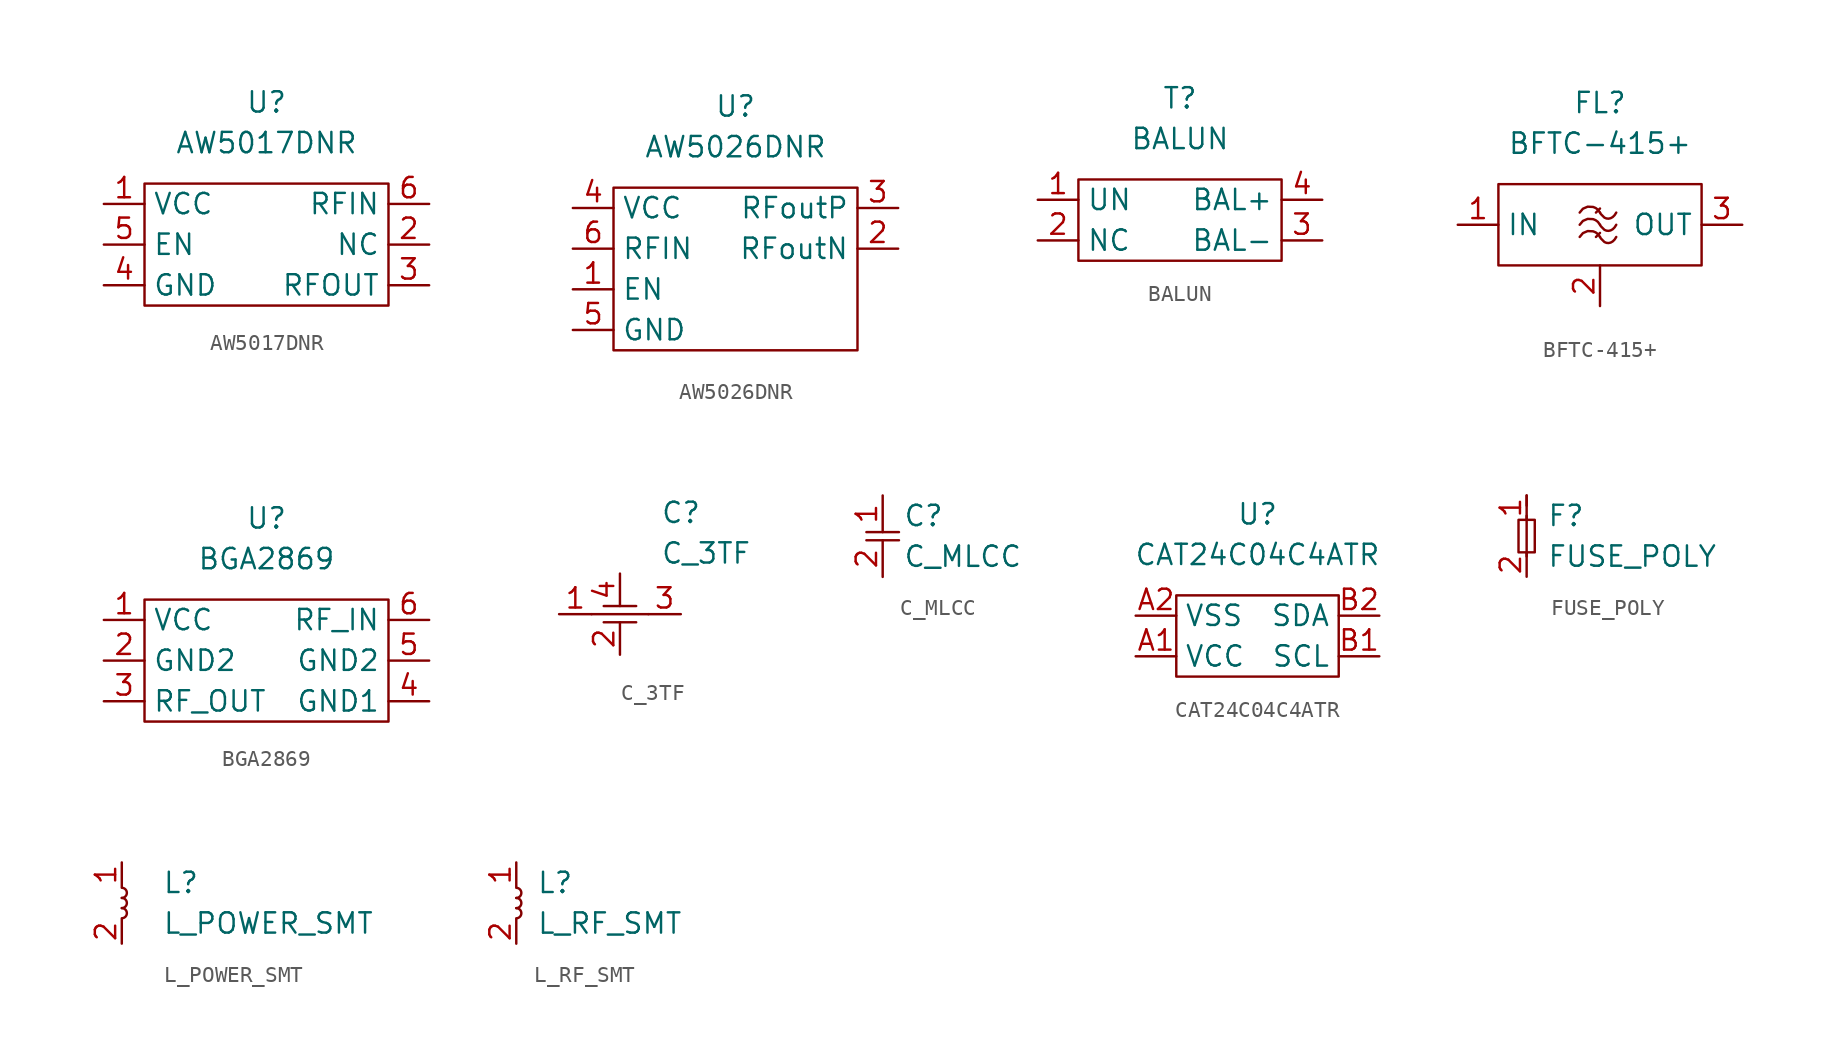
<source format=kicad_sym>
(kicad_symbol_lib
  (version 20241209)
  (generator "kicad_symbol_editor")
  (generator_version "9.0")
  (symbol "AW5017DNR"
    (property "Reference" "U"
      (at 0 5.08 0)
      (effects (font (size 1.27 1.27))))
    (property "Value" "AW5017DNR"
      (at 0 2.54 0)
      (effects (font (size 1.27 1.27))))
    (symbol "AW5017DNR_0_0"
      (pin passive line (at -10.16 -1.27 0) (length 2.54) (name "VCC" (effects (font (size 1.27 1.27)))) (number "1" (effects (font (size 1.27 1.27)))))
      (pin passive line (at -10.16 -3.81 0) (length 2.54) (name "EN" (effects (font (size 1.27 1.27)))) (number "5" (effects (font (size 1.27 1.27)))))
      (pin passive line (at -10.16 -6.35 0) (length 2.54) (name "GND" (effects (font (size 1.27 1.27)))) (number "4" (effects (font (size 1.27 1.27)))))
      (pin passive line (at 10.16 -1.27 180) (length 2.54) (name "RFIN" (effects (font (size 1.27 1.27)))) (number "6" (effects (font (size 1.27 1.27)))))
      (pin passive line (at 10.16 -3.81 180) (length 2.54) (name "NC" (effects (font (size 1.27 1.27)))) (number "2" (effects (font (size 1.27 1.27)))))
      (pin passive line (at 10.16 -6.35 180) (length 2.54) (name "RFOUT" (effects (font (size 1.27 1.27)))) (number "3" (effects (font (size 1.27 1.27))))))
    (symbol "AW5017DNR_0_1"
      (rectangle (start -7.62 0) (end 7.62 -7.62) (stroke (width 0) (type default)) (fill (type none)))))
  (symbol "AW5026DNR"
    (property "Reference" "U"
      (at 0 5.08 0)
      (effects (font (size 1.27 1.27))))
    (property "Value" "AW5026DNR"
      (at 0 2.54 0)
      (effects (font (size 1.27 1.27))))
    (symbol "AW5026DNR_0_0"
      (pin passive line (at -10.16 -1.27 0) (length 2.54) (name "VCC" (effects (font (size 1.27 1.27)))) (number "4" (effects (font (size 1.27 1.27)))))
      (pin passive line (at -10.16 -3.81 0) (length 2.54) (name "RFIN" (effects (font (size 1.27 1.27)))) (number "6" (effects (font (size 1.27 1.27)))))
      (pin passive line (at -10.16 -6.35 0) (length 2.54) (name "EN" (effects (font (size 1.27 1.27)))) (number "1" (effects (font (size 1.27 1.27)))))
      (pin passive line (at -10.16 -8.89 0) (length 2.54) (name "GND" (effects (font (size 1.27 1.27)))) (number "5" (effects (font (size 1.27 1.27)))))
      (pin passive line (at 10.16 -1.27 180) (length 2.54) (name "RFoutP" (effects (font (size 1.27 1.27)))) (number "3" (effects (font (size 1.27 1.27)))))
      (pin passive line (at 10.16 -3.81 180) (length 2.54) (name "RFoutN" (effects (font (size 1.27 1.27)))) (number "2" (effects (font (size 1.27 1.27))))))
    (symbol "AW5026DNR_0_1"
      (rectangle (start -7.62 0) (end 7.62 -10.16) (stroke (width 0) (type default)) (fill (type none)))))
  (symbol "BALUN"
    (property "Reference" "T"
      (at 0 5.08 0)
      (effects (font (size 1.27 1.27))))
    (property "Value" "BALUN"
      (at 0 2.54 0)
      (effects (font (size 1.27 1.27))))
    (symbol "BALUN_0_0"
      (pin passive line (at -8.89 -1.27 0) (length 2.54) (name "UN" (effects (font (size 1.27 1.27)))) (number "1" (effects (font (size 1.27 1.27)))))
      (pin passive line (at -8.89 -3.81 0) (length 2.54) (name "NC" (effects (font (size 1.27 1.27)))) (number "2" (effects (font (size 1.27 1.27))))))
    (symbol "BALUN_0_1"
      (rectangle (start -6.35 0) (end 6.35 -5.08) (stroke (width 0) (type default)) (fill (type none))))
    (symbol "BALUN_1_0"
      (pin passive line (at 8.89 -1.27 180) (length 2.54) (name "BAL+" (effects (font (size 1.27 1.27)))) (number "4" (effects (font (size 1.27 1.27)))))
      (pin passive line (at 8.89 -3.81 180) (length 2.54) (name "BAL-" (effects (font (size 1.27 1.27)))) (number "3" (effects (font (size 1.27 1.27)))))))
  (symbol "BFTC-415+"
    (property "Reference" "FL"
      (at 0 5.08 0)
      (effects (font (size 1.27 1.27))))
    (property "Value" "BFTC-415+"
      (at 0 2.54 0)
      (effects (font (size 1.27 1.27))))
    (symbol "BFTC-415+_0_0"
      (pin passive line (at -8.89 -2.54 0) (length 2.54) (name "IN" (effects (font (size 1.27 1.27)))) (number "1" (effects (font (size 1.27 1.27)))))
      (pin passive line (at 8.89 -2.54 180) (length 2.54) (name "OUT" (effects (font (size 1.27 1.27)))) (number "3" (effects (font (size 1.27 1.27))))))
    (symbol "BFTC-415+_0_1"
      (rectangle (start -6.35 0) (end 6.35 -5.08) (stroke (width 0) (type default)) (fill (type none)))
      (bezier (pts (xy -1.27 -1.778) (xy -1.016 -1.27) (xy -0.254 -1.27) (xy 0 -1.778)) (stroke (width 0) (type default)) (fill (type none)))
      (bezier (pts (xy -1.27 -2.54) (xy -1.016 -2.032) (xy -0.254 -2.032) (xy 0 -2.54)) (stroke (width 0) (type default)) (fill (type none)))
      (bezier (pts (xy -1.27 -3.302) (xy -1.016 -2.794) (xy -0.254 -2.794) (xy 0 -3.302)) (stroke (width 0) (type default)) (fill (type none)))
      (polyline (pts (xy 0 -1.524) (xy -0.254 -1.778)) (stroke (width 0) (type default)) (fill (type none)))
      (polyline (pts (xy 0 -3.048) (xy -0.254 -3.302)) (stroke (width 0) (type default)) (fill (type none)))
      (bezier (pts (xy 1.016 -1.778) (xy 0.762 -2.286) (xy 0.254 -2.286) (xy 0 -1.778)) (stroke (width 0) (type default)) (fill (type none)))
      (bezier (pts (xy 1.016 -2.54) (xy 0.762 -3.048) (xy 0.254 -3.048) (xy 0 -2.54)) (stroke (width 0) (type default)) (fill (type none)))
      (bezier (pts (xy 1.016 -3.302) (xy 0.762 -3.81) (xy 0.254 -3.81) (xy 0 -3.302)) (stroke (width 0) (type default)) (fill (type none))))
    (symbol "BFTC-415+_1_0"
      (pin passive line (at 0 -7.62 90) (length 2.54) (name "GND" (effects (font (size 0 0)))) (number "2" (effects (font (size 1.27 1.27)))))))
  (symbol "BGA2869"
    (property "Reference" "U"
      (at 0 5.08 0)
      (effects (font (size 1.27 1.27))))
    (property "Value" "BGA2869"
      (at 0 2.54 0)
      (effects (font (size 1.27 1.27))))
    (symbol "BGA2869_0_0"
      (pin passive line (at -10.16 -1.27 0) (length 2.54) (name "VCC" (effects (font (size 1.27 1.27)))) (number "1" (effects (font (size 1.27 1.27)))))
      (pin passive line (at -10.16 -3.81 0) (length 2.54) (name "GND2" (effects (font (size 1.27 1.27)))) (number "2" (effects (font (size 1.27 1.27)))))
      (pin passive line (at -10.16 -6.35 0) (length 2.54) (name "RF_OUT" (effects (font (size 1.27 1.27)))) (number "3" (effects (font (size 1.27 1.27)))))
      (pin passive line (at 10.16 -1.27 180) (length 2.54) (name "RF_IN" (effects (font (size 1.27 1.27)))) (number "6" (effects (font (size 1.27 1.27)))))
      (pin passive line (at 10.16 -3.81 180) (length 2.54) (name "GND2" (effects (font (size 1.27 1.27)))) (number "5" (effects (font (size 1.27 1.27)))))
      (pin passive line (at 10.16 -6.35 180) (length 2.54) (name "GND1" (effects (font (size 1.27 1.27)))) (number "4" (effects (font (size 1.27 1.27))))))
    (symbol "BGA2869_0_1"
      (rectangle (start -7.62 0) (end 7.62 -7.62) (stroke (width 0) (type default)) (fill (type none)))))
  (symbol "C_3TF"
    (property "Reference" "C"
      (at 2.54 6.35 0)
      (do_not_autoplace)
      (effects (font (size 1.27 1.27)) (justify left)))
    (property "Value" "C_3TF"
      (at 2.54 3.81 0)
      (do_not_autoplace)
      (effects (font (size 1.27 1.27)) (justify left)))
    (symbol "C_3TF_0_1"
      (polyline (pts (xy -1.016 0.508) (xy 1.016 0.508)) (stroke (width 0) (type default)) (fill (type none)))
      (polyline (pts (xy -1.016 -0.508) (xy 1.016 -0.508)) (stroke (width 0) (type default)) (fill (type none)))
      (polyline (pts (xy 1.778 0) (xy -1.778 0)) (stroke (width 0) (type default)) (fill (type none))))
    (symbol "C_3TF_1_0"
      (pin passive line (at -3.81 0 0) (length 2.032) (name "1" (effects (font (size 0 0)))) (number "1" (effects (font (size 1.27 1.27)))))
      (pin passive line (at 0 2.54 270) (length 2.032) (name "4" (effects (font (size 0 0)))) (number "4" (effects (font (size 1.27 1.27)))))
      (pin passive line (at 0 -2.54 90) (length 2.032) (name "2" (effects (font (size 0 0)))) (number "2" (effects (font (size 1.27 1.27)))))
      (pin passive line (at 3.81 0 180) (length 2.032) (name "3" (effects (font (size 0 0)))) (number "3" (effects (font (size 1.27 1.27)))))))
  (symbol "C_MLCC"
    (property "Reference" "C"
      (at 1.27 1.27 0)
      (do_not_autoplace)
      (effects (font (size 1.27 1.27)) (justify left)))
    (property "Value" "C_MLCC"
      (at 1.27 -1.27 0)
      (do_not_autoplace)
      (effects (font (size 1.27 1.27)) (justify left)))
    (symbol "C_MLCC_0_1"
      (polyline (pts (xy -1.016 0.254) (xy 1.016 0.254)) (stroke (width 0) (type default)) (fill (type none)))
      (polyline (pts (xy -1.016 -0.254) (xy 1.016 -0.254)) (stroke (width 0) (type default)) (fill (type none))))
    (symbol "C_MLCC_1_0"
      (pin passive line (at 0 2.54 270) (length 2.286) (name "1" (effects (font (size 0 0)))) (number "1" (effects (font (size 1.27 1.27)))))
      (pin passive line (at 0 -2.54 90) (length 2.286) (name "2" (effects (font (size 0 0)))) (number "2" (effects (font (size 1.27 1.27)))))))
  (symbol "CAT24C04C4ATR"
    (property "Reference" "U"
      (at 0 5.08 0)
      (effects (font (size 1.27 1.27))))
    (property "Value" "CAT24C04C4ATR"
      (at 0 2.54 0)
      (effects (font (size 1.27 1.27))))
    (symbol "CAT24C04C4ATR_0_0"
      (pin passive line (at -7.62 -1.27 0) (length 2.54) (name "VSS" (effects (font (size 1.27 1.27)))) (number "A2" (effects (font (size 1.27 1.27)))))
      (pin passive line (at -7.62 -3.81 0) (length 2.54) (name "VCC" (effects (font (size 1.27 1.27)))) (number "A1" (effects (font (size 1.27 1.27)))))
      (pin passive line (at 7.62 -1.27 180) (length 2.54) (name "SDA" (effects (font (size 1.27 1.27)))) (number "B2" (effects (font (size 1.27 1.27)))))
      (pin passive line (at 7.62 -3.81 180) (length 2.54) (name "SCL" (effects (font (size 1.27 1.27)))) (number "B1" (effects (font (size 1.27 1.27))))))
    (symbol "CAT24C04C4ATR_0_1"
      (rectangle (start -5.08 0) (end 5.08 -5.08) (stroke (width 0) (type default)) (fill (type none)))))
  (symbol "FUSE_POLY"
    (property "Reference" "F"
      (at 1.27 1.27 0)
      (do_not_autoplace)
      (effects (font (size 1.27 1.27)) (justify left)))
    (property "Value" "FUSE_POLY"
      (at 1.27 -1.27 0)
      (do_not_autoplace)
      (effects (font (size 1.27 1.27)) (justify left)))
    (symbol "FUSE_POLY_0_1"
      (rectangle (start -0.508 1.016) (end 0.508 -1.016) (stroke (width 0) (type default)) (fill (type none)))
      (polyline (pts (xy 0 2.54) (xy 0 1.905)) (stroke (width 0) (type default)) (fill (type none)))
      (polyline (pts (xy 0 1.27) (xy 0 -1.27)) (stroke (width 0) (type default)) (fill (type none))))
    (symbol "FUSE_POLY_1_0"
      (pin passive line (at 0 2.54 270) (length 1.524) (name "1" (effects (font (size 0 0)))) (number "1" (effects (font (size 1.27 1.27)))))
      (pin passive line (at 0 -2.54 90) (length 1.524) (name "2" (effects (font (size 0 0)))) (number "2" (effects (font (size 1.27 1.27)))))))
  (symbol "L_POWER_SMT"
    (property "Reference" "L"
      (at 2.54 1.27 0)
      (effects (font (size 1.27 1.27)) (justify left)))
    (property "Value" "L_POWER_SMT"
      (at 2.54 -1.27 0)
      (effects (font (size 1.27 1.27)) (justify left)))
    (symbol "L_POWER_SMT_0_1"
      (arc (start 0 0.9525) (mid 0.3175 0.635) (end 0 0.3175) (stroke (width 0) (type default)) (fill (type none)))
      (arc (start 0 0.3175) (mid 0.3175 0) (end 0 -0.3175) (stroke (width 0) (type default)) (fill (type none)))
      (arc (start 0 -0.3175) (mid 0.3175 -0.635) (end 0 -0.9525) (stroke (width 0) (type default)) (fill (type none))))
    (symbol "L_POWER_SMT_1_0"
      (pin passive line (at 0 2.54 270) (length 1.524) (name "1" (effects (font (size 0 0)))) (number "1" (effects (font (size 1.27 1.27)))))
      (pin passive line (at 0 -2.54 90) (length 1.524) (name "2" (effects (font (size 0 0)))) (number "2" (effects (font (size 1.27 1.27)))))))
  (symbol "L_RF_SMT"
    (property "Reference" "L"
      (at 1.27 1.27 0)
      (effects (font (size 1.27 1.27)) (justify left)))
    (property "Value" "L_RF_SMT"
      (at 1.27 -1.27 0)
      (effects (font (size 1.27 1.27)) (justify left)))
    (symbol "L_RF_SMT_0_1"
      (arc (start 0 0.9525) (mid 0.3175 0.635) (end 0 0.3175) (stroke (width 0) (type default)) (fill (type none)))
      (arc (start 0 0.3175) (mid 0.3175 0) (end 0 -0.3175) (stroke (width 0) (type default)) (fill (type none)))
      (arc (start 0 -0.3175) (mid 0.3175 -0.635) (end 0 -0.9525) (stroke (width 0) (type default)) (fill (type none))))
    (symbol "L_RF_SMT_1_0"
      (pin passive line (at 0 2.54 270) (length 1.524) (name "1" (effects (font (size 0 0)))) (number "1" (effects (font (size 1.27 1.27)))))
      (pin passive line (at 0 -2.54 90) (length 1.524) (name "2" (effects (font (size 0 0)))) (number "2" (effects (font (size 1.27 1.27))))))))
</source>
